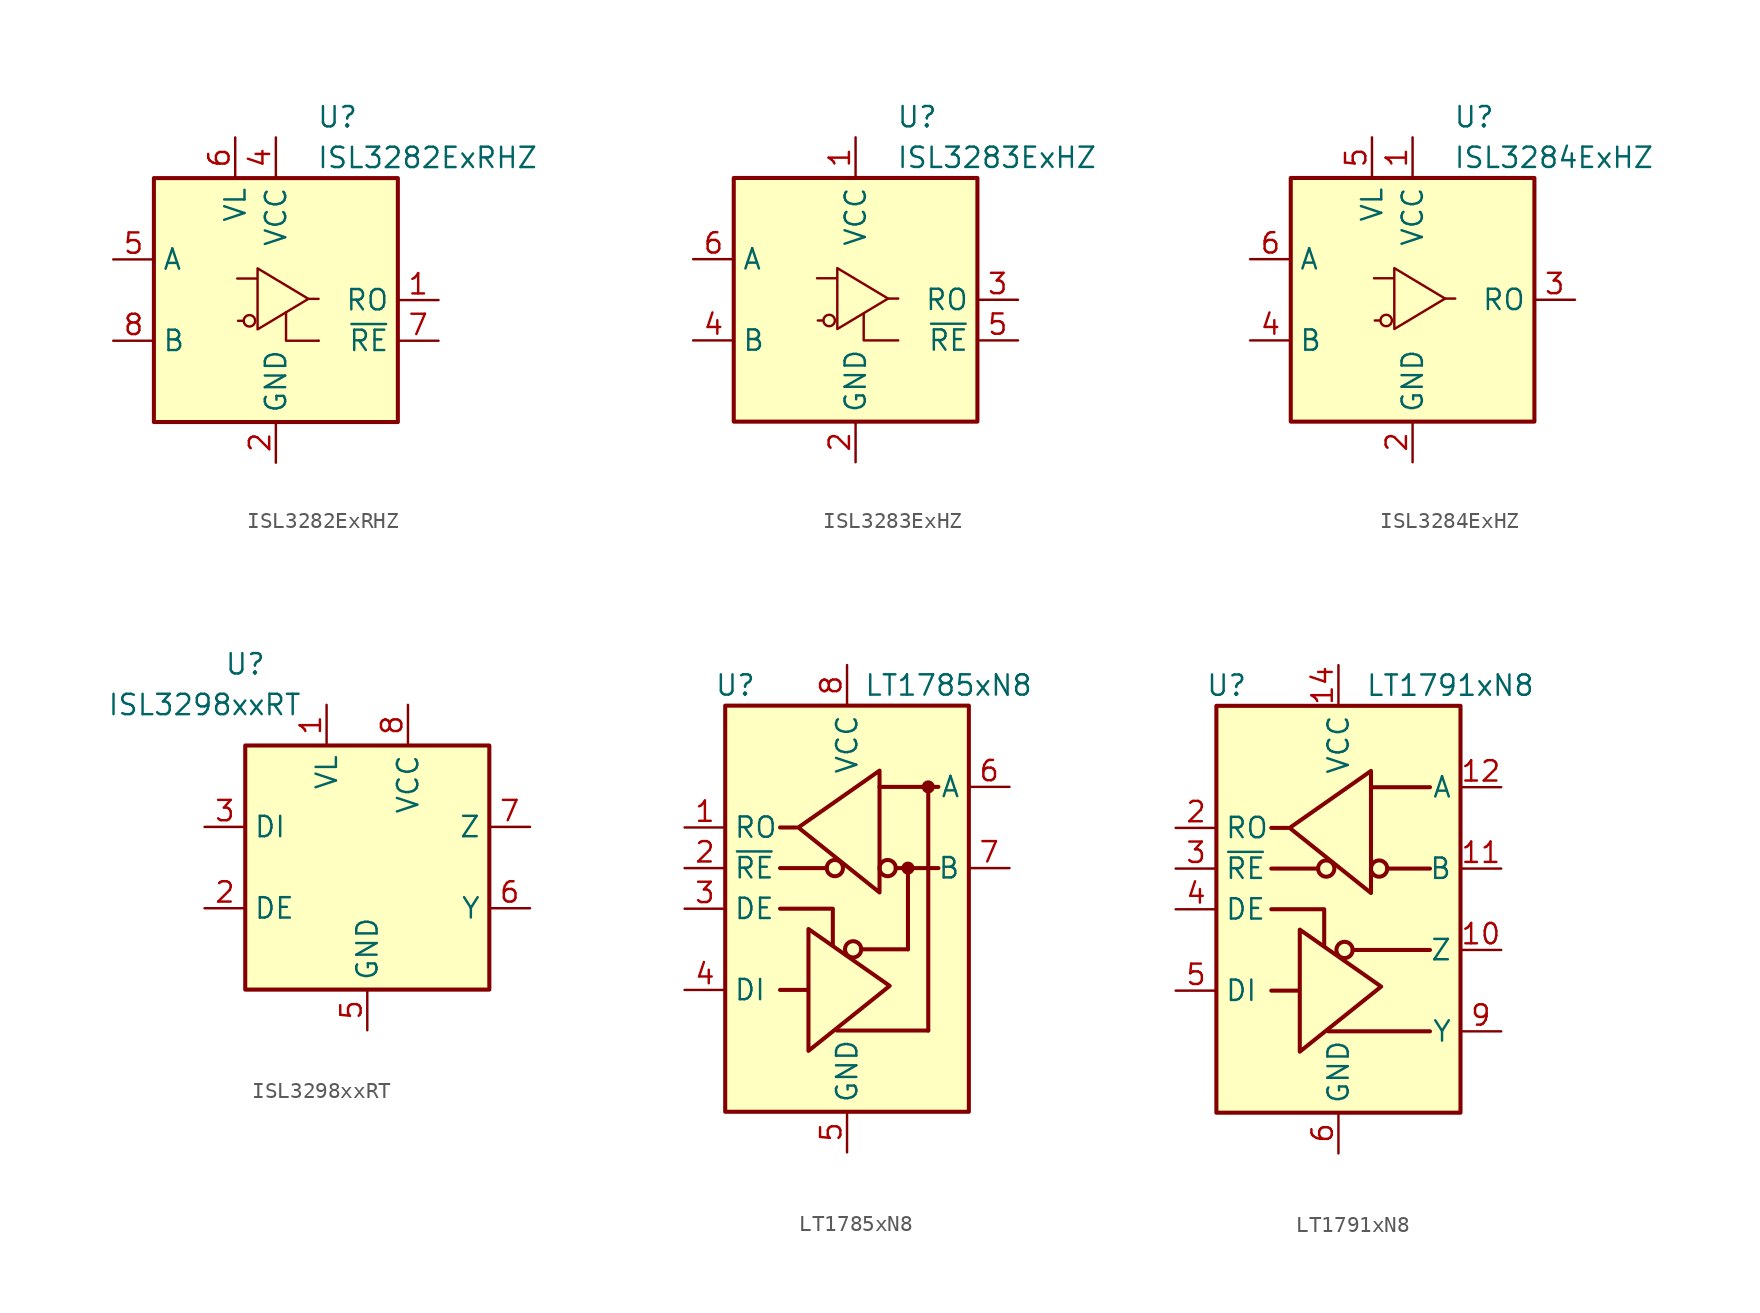
<source format=kicad_sym>
(kicad_symbol_lib
  (version 20201005)
  (generator kicad_symbol_editor)
  (symbol "ISL3282ExRHZ"
    (property "Reference" "U"
      (at 2.54 11.43 0)
      (effects (font (size 1.27 1.27)) (justify left)))
    (property "Value" "ISL3282ExRHZ"
      (at 2.54 8.89 0)
      (effects (font (size 1.27 1.27)) (justify left)))
    (symbol "ISL3282ExRHZ_0_1"
      (rectangle (start 7.62 7.62) (end -7.62 -7.62) (stroke (width 0.254)) (fill (type background)))
      (polyline (pts (xy 2.667 -2.54) (xy 2.667 -2.54)) (stroke (width 0)) (fill (type none)))
      (polyline (pts (xy 0.635 -0.762) (xy 0.635 -2.54) (xy 2.667 -2.54)) (stroke (width 0)) (fill (type none))))
    (symbol "ISL3282ExRHZ_1_1"
      (circle (center -1.651 -1.295) (radius 0.356) (stroke (width 0)) (fill (type none)))
      (polyline (pts (xy -2.057 -1.295) (xy -2.362 -1.295)) (stroke (width 0)) (fill (type none)))
      (polyline (pts (xy 2.032 0.076) (xy 2.667 0.076)) (stroke (width 0)) (fill (type none)))
      (polyline (pts (xy -1.143 1.981) (xy -1.143 -1.829) (xy 2.032 0.076) (xy -1.143 1.981) (xy -1.143 1.346) (xy -2.413 1.346)) (stroke (width 0)) (fill (type none)))
      (pin output line (at 10.16 0 180) (length 2.54) (name "RO" (effects (font (size 1.27 1.27)))) (number "1" (effects (font (size 1.27 1.27)))))
      (pin power_in line (at 0 -10.16 90) (length 2.54) (name "GND" (effects (font (size 1.27 1.27)))) (number "2" (effects (font (size 1.27 1.27)))))
      (pin no_connect line (at -7.62 -5.08 0) (length 2.54) hide (name "NC" (effects (font (size 1.27 1.27)))) (number "3" (effects (font (size 1.27 1.27)))))
      (pin power_in line (at 0 10.16 270) (length 2.54) (name "VCC" (effects (font (size 1.27 1.27)))) (number "4" (effects (font (size 1.27 1.27)))))
      (pin input line (at -10.16 2.54 0) (length 2.54) (name "A" (effects (font (size 1.27 1.27)))) (number "5" (effects (font (size 1.27 1.27)))))
      (pin power_in line (at -2.54 10.16 270) (length 2.54) (name "VL" (effects (font (size 1.27 1.27)))) (number "6" (effects (font (size 1.27 1.27)))))
      (pin input line (at 10.16 -2.54 180) (length 2.54) (name "~RE" (effects (font (size 1.27 1.27)))) (number "7" (effects (font (size 1.27 1.27)))))
      (pin input line (at -10.16 -2.54 0) (length 2.54) (name "B" (effects (font (size 1.27 1.27)))) (number "8" (effects (font (size 1.27 1.27)))))
      (pin passive line (at 0 -10.16 90) (length 2.54) hide (name "GND" (effects (font (size 1.27 1.27)))) (number "9" (effects (font (size 1.27 1.27)))))))
  (symbol "ISL3283ExHZ"
    (property "Reference" "U"
      (at 2.54 11.43 0)
      (effects (font (size 1.27 1.27)) (justify left)))
    (property "Value" "ISL3283ExHZ"
      (at 2.54 8.89 0)
      (effects (font (size 1.27 1.27)) (justify left)))
    (symbol "ISL3283ExHZ_0_1"
      (rectangle (start 7.62 7.62) (end -7.62 -7.62) (stroke (width 0.254)) (fill (type background)))
      (polyline (pts (xy 0.508 -0.889) (xy 0.508 -2.54) (xy 2.667 -2.54)) (stroke (width 0)) (fill (type none))))
    (symbol "ISL3283ExHZ_1_1"
      (circle (center -1.651 -1.295) (radius 0.356) (stroke (width 0)) (fill (type none)))
      (polyline (pts (xy -2.057 -1.295) (xy -2.362 -1.295)) (stroke (width 0)) (fill (type none)))
      (polyline (pts (xy 2.032 0.076) (xy 2.667 0.076)) (stroke (width 0)) (fill (type none)))
      (polyline (pts (xy -1.143 1.981) (xy -1.143 -1.829) (xy 2.032 0.076) (xy -1.143 1.981) (xy -1.143 1.346) (xy -2.413 1.346)) (stroke (width 0)) (fill (type none)))
      (pin power_in line (at 0 10.16 270) (length 2.54) (name "VCC" (effects (font (size 1.27 1.27)))) (number "1" (effects (font (size 1.27 1.27)))))
      (pin power_in line (at 0 -10.16 90) (length 2.54) (name "GND" (effects (font (size 1.27 1.27)))) (number "2" (effects (font (size 1.27 1.27)))))
      (pin output line (at 10.16 0 180) (length 2.54) (name "RO" (effects (font (size 1.27 1.27)))) (number "3" (effects (font (size 1.27 1.27)))))
      (pin input line (at -10.16 -2.54 0) (length 2.54) (name "B" (effects (font (size 1.27 1.27)))) (number "4" (effects (font (size 1.27 1.27)))))
      (pin input line (at 10.16 -2.54 180) (length 2.54) (name "~RE" (effects (font (size 1.27 1.27)))) (number "5" (effects (font (size 1.27 1.27)))))
      (pin input line (at -10.16 2.54 0) (length 2.54) (name "A" (effects (font (size 1.27 1.27)))) (number "6" (effects (font (size 1.27 1.27)))))))
  (symbol "ISL3284ExHZ"
    (property "Reference" "U"
      (at 2.54 11.43 0)
      (effects (font (size 1.27 1.27)) (justify left)))
    (property "Value" "ISL3284ExHZ"
      (at 2.54 8.89 0)
      (effects (font (size 1.27 1.27)) (justify left)))
    (symbol "ISL3284ExHZ_0_1"
      (rectangle (start 7.62 7.62) (end -7.62 -7.62) (stroke (width 0.254)) (fill (type background))))
    (symbol "ISL3284ExHZ_1_1"
      (circle (center -1.651 -1.295) (radius 0.356) (stroke (width 0)) (fill (type none)))
      (polyline (pts (xy -2.057 -1.295) (xy -2.362 -1.295)) (stroke (width 0)) (fill (type none)))
      (polyline (pts (xy 2.032 0.076) (xy 2.667 0.076)) (stroke (width 0)) (fill (type none)))
      (polyline (pts (xy -1.143 1.981) (xy -1.143 -1.829) (xy 2.032 0.076) (xy -1.143 1.981) (xy -1.143 1.346) (xy -2.413 1.346)) (stroke (width 0)) (fill (type none)))
      (pin power_in line (at 0 10.16 270) (length 2.54) (name "VCC" (effects (font (size 1.27 1.27)))) (number "1" (effects (font (size 1.27 1.27)))))
      (pin power_in line (at 0 -10.16 90) (length 2.54) (name "GND" (effects (font (size 1.27 1.27)))) (number "2" (effects (font (size 1.27 1.27)))))
      (pin output line (at 10.16 0 180) (length 2.54) (name "RO" (effects (font (size 1.27 1.27)))) (number "3" (effects (font (size 1.27 1.27)))))
      (pin input line (at -10.16 -2.54 0) (length 2.54) (name "B" (effects (font (size 1.27 1.27)))) (number "4" (effects (font (size 1.27 1.27)))))
      (pin power_in line (at -2.54 10.16 270) (length 2.54) (name "VL" (effects (font (size 1.27 1.27)))) (number "5" (effects (font (size 1.27 1.27)))))
      (pin input line (at -10.16 2.54 0) (length 2.54) (name "A" (effects (font (size 1.27 1.27)))) (number "6" (effects (font (size 1.27 1.27)))))))
  (symbol "ISL3298xxRT"
    (property "Reference" "U"
      (at -7.62 12.7 0)
      (effects (font (size 1.27 1.27))))
    (property "Value" "ISL3298xxRT"
      (at -10.16 10.16 0)
      (effects (font (size 1.27 1.27))))
    (symbol "ISL3298xxRT_0_1"
      (polyline (pts (xy -7.62 7.62) (xy 7.62 7.62) (xy 7.62 -7.62) (xy -7.62 -7.62) (xy -7.62 7.62)) (stroke (width 0.254)) (fill (type background))))
    (symbol "ISL3298xxRT_1_1"
      (pin power_in line (at -2.54 10.16 270) (length 2.54) (name "VL" (effects (font (size 1.27 1.27)))) (number "1" (effects (font (size 1.27 1.27)))))
      (pin input line (at -10.16 -2.54 0) (length 2.54) (name "DE" (effects (font (size 1.27 1.27)))) (number "2" (effects (font (size 1.27 1.27)))))
      (pin input line (at -10.16 2.54 0) (length 2.54) (name "DI" (effects (font (size 1.27 1.27)))) (number "3" (effects (font (size 1.27 1.27)))))
      (pin passive line (at 0 -10.16 90) (length 2.54) hide (name "GND" (effects (font (size 1.27 1.27)))) (number "4" (effects (font (size 1.27 1.27)))))
      (pin power_in line (at 0 -10.16 90) (length 2.54) (name "GND" (effects (font (size 1.27 1.27)))) (number "5" (effects (font (size 1.27 1.27)))))
      (pin output line (at 10.16 -2.54 180) (length 2.54) (name "Y" (effects (font (size 1.27 1.27)))) (number "6" (effects (font (size 1.27 1.27)))))
      (pin output line (at 10.16 2.54 180) (length 2.54) (name "Z" (effects (font (size 1.27 1.27)))) (number "7" (effects (font (size 1.27 1.27)))))
      (pin power_in line (at 2.54 10.16 270) (length 2.54) (name "VCC" (effects (font (size 1.27 1.27)))) (number "8" (effects (font (size 1.27 1.27)))))
      (pin passive line (at 0 -10.16 90) (length 2.54) hide (name "GND" (effects (font (size 1.27 1.27)))) (number "9" (effects (font (size 1.27 1.27)))))))
  (symbol "LT1785xN8"
    (property "Reference" "U"
      (at -6.985 13.97 0)
      (effects (font (size 1.27 1.27))))
    (property "Value" "LT1785xN8"
      (at 6.35 13.97 0)
      (effects (font (size 1.27 1.27))))
    (symbol "LT1785xN8_0_1"
      (rectangle (start -7.62 12.7) (end 7.62 -12.7) (stroke (width 0.254)) (fill (type background))))
    (symbol "LT1785xN8_1_1"
      (circle (center -0.762 2.54) (radius 0.508) (stroke (width 0.254)) (fill (type none)))
      (circle (center 0.381 -2.54) (radius 0.508) (stroke (width 0.254)) (fill (type none)))
      (circle (center 2.54 2.54) (radius 0.508) (stroke (width 0.254)) (fill (type none)))
      (circle (center 3.81 2.54) (radius 0.279) (stroke (width 0.254)) (fill (type outline)))
      (circle (center 5.08 7.62) (radius 0.279) (stroke (width 0.254)) (fill (type outline)))
      (polyline (pts (xy -4.191 2.54) (xy -1.27 2.54)) (stroke (width 0.254)) (fill (type none)))
      (polyline (pts (xy -2.54 -5.08) (xy -4.191 -5.08)) (stroke (width 0.254)) (fill (type none)))
      (polyline (pts (xy -0.635 -7.62) (xy 5.08 -7.62)) (stroke (width 0.254)) (fill (type none)))
      (polyline (pts (xy 0.889 -2.54) (xy 3.81 -2.54)) (stroke (width 0.254)) (fill (type none)))
      (polyline (pts (xy 2.032 7.62) (xy 5.715 7.62)) (stroke (width 0.254)) (fill (type none)))
      (polyline (pts (xy 3.048 2.54) (xy 5.715 2.54)) (stroke (width 0.254)) (fill (type none)))
      (polyline (pts (xy 3.81 -2.54) (xy 3.81 2.54)) (stroke (width 0.254)) (fill (type none)))
      (polyline (pts (xy 5.08 -7.62) (xy 5.08 7.62)) (stroke (width 0.254)) (fill (type none)))
      (polyline (pts (xy -4.191 0) (xy -0.889 0) (xy -0.889 -2.286)) (stroke (width 0.254)) (fill (type none)))
      (polyline (pts (xy -3.175 5.08) (xy -4.191 5.08) (xy -4.064 5.08)) (stroke (width 0.254)) (fill (type none)))
      (polyline (pts (xy -2.413 -5.08) (xy -2.413 -1.27) (xy 2.667 -4.826) (xy -2.413 -8.89) (xy -2.413 -5.08)) (stroke (width 0.254)) (fill (type none)))
      (polyline (pts (xy 2.032 4.826) (xy 2.032 8.636) (xy -3.048 5.08) (xy 2.032 1.016) (xy 2.032 4.826)) (stroke (width 0.254)) (fill (type none)))
      (pin output line (at -10.16 5.08 0) (length 2.54) (name "RO" (effects (font (size 1.27 1.27)))) (number "1" (effects (font (size 1.27 1.27)))))
      (pin input line (at -10.16 2.54 0) (length 2.54) (name "~RE" (effects (font (size 1.27 1.27)))) (number "2" (effects (font (size 1.27 1.27)))))
      (pin input line (at -10.16 0 0) (length 2.54) (name "DE" (effects (font (size 1.27 1.27)))) (number "3" (effects (font (size 1.27 1.27)))))
      (pin input line (at -10.16 -5.08 0) (length 2.54) (name "DI" (effects (font (size 1.27 1.27)))) (number "4" (effects (font (size 1.27 1.27)))))
      (pin power_in line (at 0 -15.24 90) (length 2.54) (name "GND" (effects (font (size 1.27 1.27)))) (number "5" (effects (font (size 1.27 1.27)))))
      (pin bidirectional line (at 10.16 7.62 180) (length 2.54) (name "A" (effects (font (size 1.27 1.27)))) (number "6" (effects (font (size 1.27 1.27)))))
      (pin bidirectional line (at 10.16 2.54 180) (length 2.54) (name "B" (effects (font (size 1.27 1.27)))) (number "7" (effects (font (size 1.27 1.27)))))
      (pin power_in line (at 0 15.24 270) (length 2.54) (name "VCC" (effects (font (size 1.27 1.27)))) (number "8" (effects (font (size 1.27 1.27)))))))
  (symbol "LT1791xN8"
    (property "Reference" "U"
      (at -6.985 13.97 0)
      (effects (font (size 1.27 1.27))))
    (property "Value" "LT1791xN8"
      (at 6.985 13.97 0)
      (effects (font (size 1.27 1.27))))
    (symbol "LT1791xN8_0_1"
      (rectangle (start -7.62 12.7) (end 7.62 -12.7) (stroke (width 0.254)) (fill (type background))))
    (symbol "LT1791xN8_1_1"
      (circle (center -0.762 2.54) (radius 0.508) (stroke (width 0.254)) (fill (type none)))
      (circle (center 0.381 -2.54) (radius 0.508) (stroke (width 0.254)) (fill (type none)))
      (circle (center 2.54 2.54) (radius 0.508) (stroke (width 0.254)) (fill (type none)))
      (polyline (pts (xy -4.191 2.54) (xy -1.27 2.54)) (stroke (width 0.254)) (fill (type none)))
      (polyline (pts (xy -2.54 -5.08) (xy -4.191 -5.08)) (stroke (width 0.254)) (fill (type none)))
      (polyline (pts (xy -0.635 -7.62) (xy 5.715 -7.62)) (stroke (width 0.254)) (fill (type none)))
      (polyline (pts (xy 0.889 -2.54) (xy 5.715 -2.54)) (stroke (width 0.254)) (fill (type none)))
      (polyline (pts (xy 2.032 7.62) (xy 5.715 7.62)) (stroke (width 0.254)) (fill (type none)))
      (polyline (pts (xy 3.048 2.54) (xy 5.715 2.54)) (stroke (width 0.254)) (fill (type none)))
      (polyline (pts (xy -4.191 0) (xy -0.889 0) (xy -0.889 -2.286)) (stroke (width 0.254)) (fill (type none)))
      (polyline (pts (xy -3.175 5.08) (xy -4.191 5.08) (xy -4.064 5.08)) (stroke (width 0.254)) (fill (type none)))
      (polyline (pts (xy -2.413 -5.08) (xy -2.413 -1.27) (xy 2.667 -4.826) (xy -2.413 -8.89) (xy -2.413 -5.08)) (stroke (width 0.254)) (fill (type none)))
      (polyline (pts (xy 2.032 4.826) (xy 2.032 8.636) (xy -3.048 5.08) (xy 2.032 1.016) (xy 2.032 4.826)) (stroke (width 0.254)) (fill (type none)))
      (pin no_connect line (at -7.62 -10.16 0) (length 2.54) hide (name "NC" (effects (font (size 1.27 1.27)))) (number "1" (effects (font (size 1.27 1.27)))))
      (pin output line (at 10.16 -2.54 180) (length 2.54) (name "Z" (effects (font (size 1.27 1.27)))) (number "10" (effects (font (size 1.27 1.27)))))
      (pin input line (at 10.16 2.54 180) (length 2.54) (name "B" (effects (font (size 1.27 1.27)))) (number "11" (effects (font (size 1.27 1.27)))))
      (pin input line (at 10.16 7.62 180) (length 2.54) (name "A" (effects (font (size 1.27 1.27)))) (number "12" (effects (font (size 1.27 1.27)))))
      (pin no_connect line (at -7.62 7.62 0) (length 2.54) hide (name "NC" (effects (font (size 1.27 1.27)))) (number "13" (effects (font (size 1.27 1.27)))))
      (pin power_in line (at 0 15.24 270) (length 2.54) (name "VCC" (effects (font (size 1.27 1.27)))) (number "14" (effects (font (size 1.27 1.27)))))
      (pin output line (at -10.16 5.08 0) (length 2.54) (name "RO" (effects (font (size 1.27 1.27)))) (number "2" (effects (font (size 1.27 1.27)))))
      (pin input line (at -10.16 2.54 0) (length 2.54) (name "~RE" (effects (font (size 1.27 1.27)))) (number "3" (effects (font (size 1.27 1.27)))))
      (pin input line (at -10.16 0 0) (length 2.54) (name "DE" (effects (font (size 1.27 1.27)))) (number "4" (effects (font (size 1.27 1.27)))))
      (pin input line (at -10.16 -5.08 0) (length 2.54) (name "DI" (effects (font (size 1.27 1.27)))) (number "5" (effects (font (size 1.27 1.27)))))
      (pin power_in line (at 0 -15.24 90) (length 2.54) (name "GND" (effects (font (size 1.27 1.27)))) (number "6" (effects (font (size 1.27 1.27)))))
      (pin passive line (at 0 -15.24 90) (length 2.54) hide (name "GND" (effects (font (size 1.27 1.27)))) (number "7" (effects (font (size 1.27 1.27)))))
      (pin no_connect line (at -7.62 -7.62 0) (length 2.54) hide (name "NC" (effects (font (size 1.27 1.27)))) (number "8" (effects (font (size 1.27 1.27)))))
      (pin output line (at 10.16 -7.62 180) (length 2.54) (name "Y" (effects (font (size 1.27 1.27)))) (number "9" (effects (font (size 1.27 1.27))))))))
</source>
